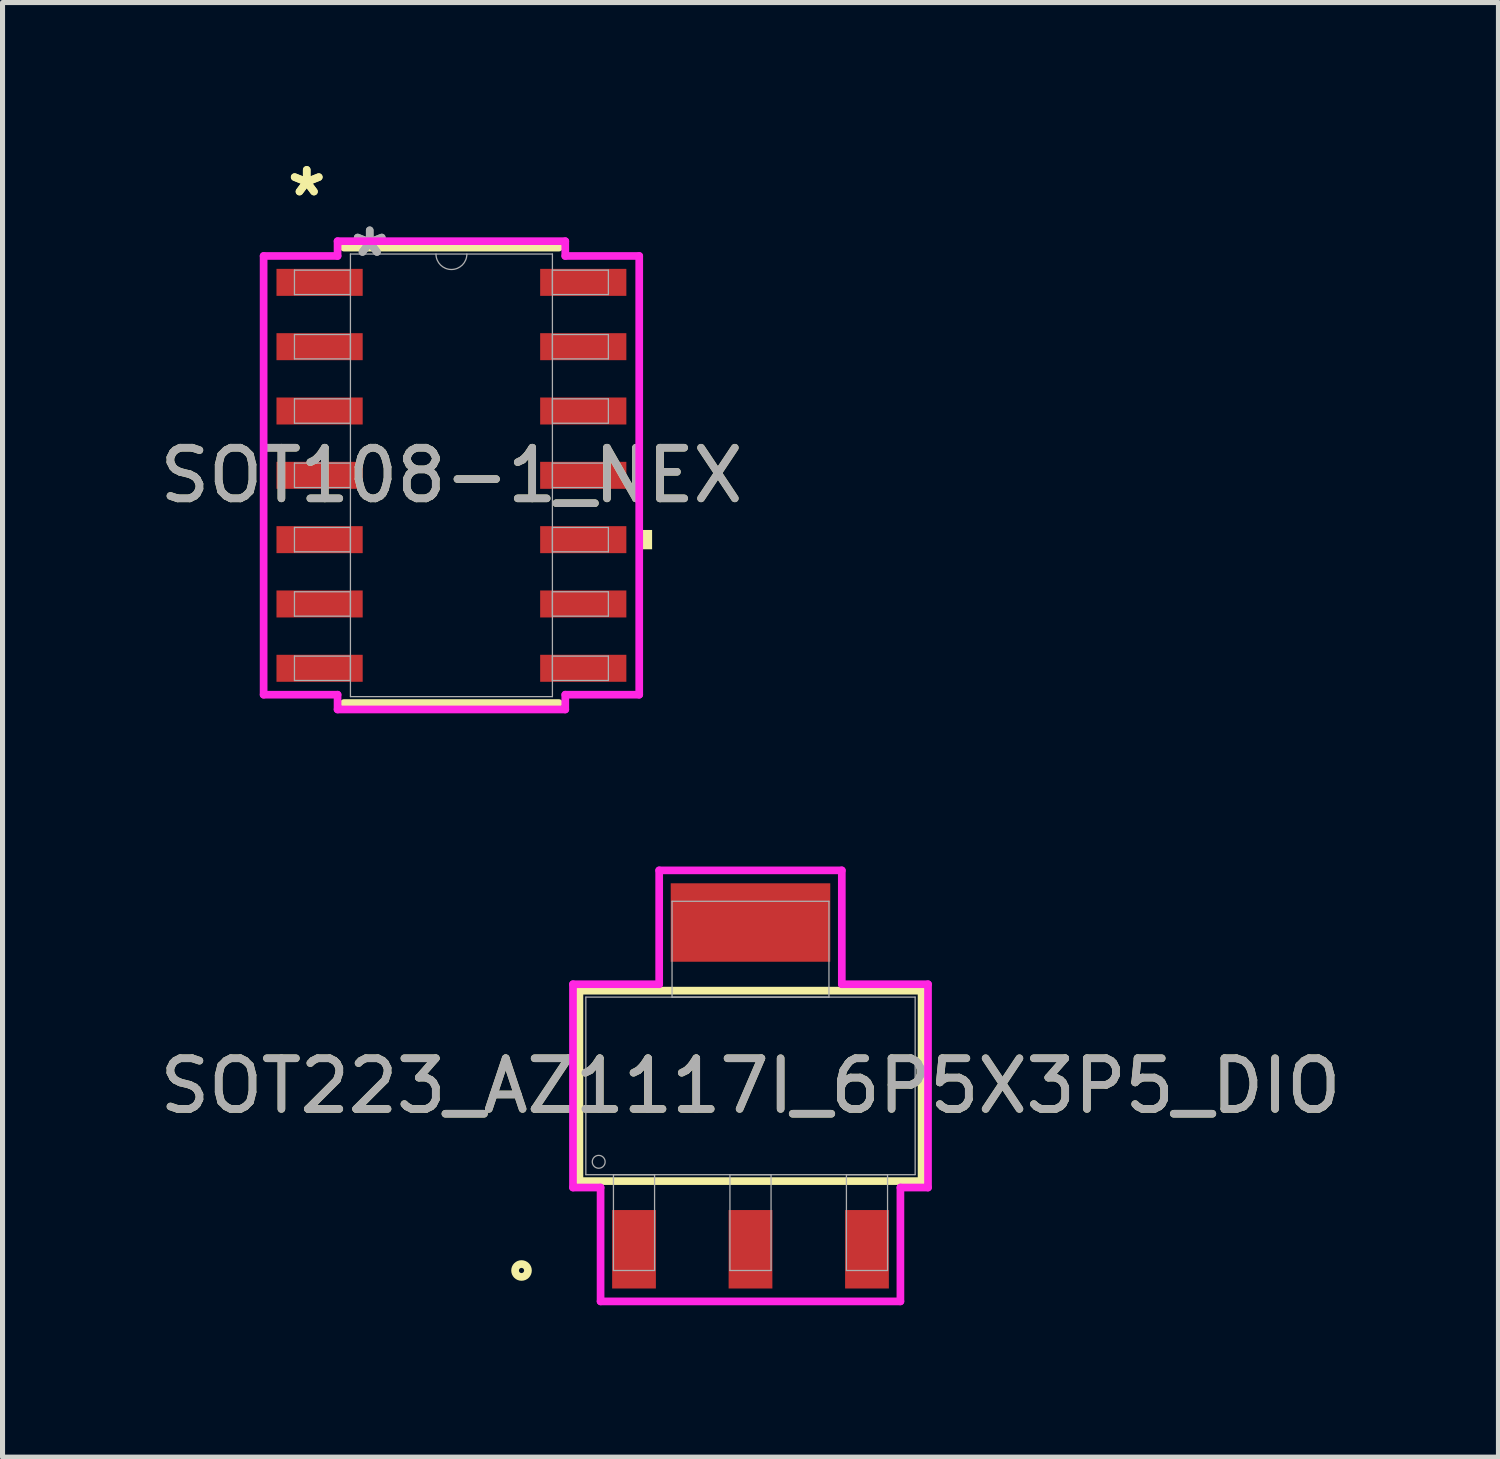
<source format=kicad_pcb>
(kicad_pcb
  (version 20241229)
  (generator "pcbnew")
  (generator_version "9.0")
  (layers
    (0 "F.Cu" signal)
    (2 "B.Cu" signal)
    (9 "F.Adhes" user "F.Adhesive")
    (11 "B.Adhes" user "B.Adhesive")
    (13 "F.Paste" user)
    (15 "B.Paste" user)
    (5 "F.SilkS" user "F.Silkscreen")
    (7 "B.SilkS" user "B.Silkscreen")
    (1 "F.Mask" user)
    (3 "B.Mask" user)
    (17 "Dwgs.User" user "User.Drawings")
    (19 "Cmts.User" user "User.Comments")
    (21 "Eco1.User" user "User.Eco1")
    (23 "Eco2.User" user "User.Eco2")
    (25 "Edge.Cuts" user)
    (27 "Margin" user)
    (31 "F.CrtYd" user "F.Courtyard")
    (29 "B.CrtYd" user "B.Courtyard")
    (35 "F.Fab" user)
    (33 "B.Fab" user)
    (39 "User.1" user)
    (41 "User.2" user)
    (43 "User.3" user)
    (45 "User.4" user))
  (footprint "SOT223_AZ1117I_6P5X3P5_DIO"
    (layer "F.Cu")
    (at 11.768 18.39)
    (property "Reference" "SOT223_AZ1117I_6P5X3P5_DIO" (at 0 0 0) (unlocked yes) (layer "F.SilkS") (effects (font (size 1 1) (thickness 0.15))))
    (attr smd)
    (fp_poly (pts (xy 1.575 -4) (xy -1.575 -4) (xy -1.575 -2.451) (xy 1.575 -2.451)) (stroke (width 0) (type solid)) (fill yes) (layer "F.Cu"))
    (fp_poly (pts (xy 1.6 -4.356) (xy -1.6 -4.356) (xy -1.6 -2.095) (xy 1.6 -2.095)) (stroke (width 0) (type solid)) (fill yes) (layer "F.Mask"))
    (fp_line (start -3.378 -1.88) (end -3.378 1.88) (stroke (width 0.152) (type solid)) (layer "F.SilkS"))
    (fp_line (start -3.378 1.88) (end 3.378 1.88) (stroke (width 0.152) (type solid)) (layer "F.SilkS"))
    (fp_line (start 3.378 -1.88) (end -3.378 -1.88) (stroke (width 0.152) (type solid)) (layer "F.SilkS"))
    (fp_line (start 3.378 1.88) (end 3.378 -1.88) (stroke (width 0.152) (type solid)) (layer "F.SilkS"))
    (fp_circle (center -4.521 3.645) (end -4.394 3.645) (stroke (width 0.152) (type solid)) (fill no) (layer "F.SilkS"))
    (fp_poly (pts (xy 1.575 -4) (xy -1.575 -4) (xy -1.575 -2.451) (xy 1.575 -2.451)) (stroke (width 0) (type solid)) (fill yes) (layer "F.Paste"))
    (fp_line (start -3.505 -2.007) (end -1.803 -2.007) (stroke (width 0.152) (type solid)) (layer "F.CrtYd"))
    (fp_line (start -3.505 2.007) (end -3.505 -2.007) (stroke (width 0.152) (type solid)) (layer "F.CrtYd"))
    (fp_line (start -2.96 2.007) (end -3.505 2.007) (stroke (width 0.152) (type solid)) (layer "F.CrtYd"))
    (fp_line (start -2.96 4.255) (end -2.96 2.007) (stroke (width 0.152) (type solid)) (layer "F.CrtYd"))
    (fp_line (start -1.803 -4.255) (end 1.803 -4.255) (stroke (width 0.152) (type solid)) (layer "F.CrtYd"))
    (fp_line (start -1.803 -2.007) (end -1.803 -4.255) (stroke (width 0.152) (type solid)) (layer "F.CrtYd"))
    (fp_line (start 1.803 -4.255) (end 1.803 -2.007) (stroke (width 0.152) (type solid)) (layer "F.CrtYd"))
    (fp_line (start 1.803 -2.007) (end 3.505 -2.007) (stroke (width 0.152) (type solid)) (layer "F.CrtYd"))
    (fp_line (start 2.96 2.007) (end 2.96 4.255) (stroke (width 0.152) (type solid)) (layer "F.CrtYd"))
    (fp_line (start 2.96 4.255) (end -2.96 4.255) (stroke (width 0.152) (type solid)) (layer "F.CrtYd"))
    (fp_line (start 3.505 -2.007) (end 3.505 2.007) (stroke (width 0.152) (type solid)) (layer "F.CrtYd"))
    (fp_line (start 3.505 2.007) (end 2.96 2.007) (stroke (width 0.152) (type solid)) (layer "F.CrtYd"))
    (fp_line (start -3.251 -1.753) (end -3.251 1.753) (stroke (width 0.025) (type solid)) (layer "F.Fab"))
    (fp_line (start -3.251 1.753) (end 3.251 1.753) (stroke (width 0.025) (type solid)) (layer "F.Fab"))
    (fp_line (start -2.706 1.753) (end -2.706 3.645) (stroke (width 0.025) (type solid)) (layer "F.Fab"))
    (fp_line (start -2.706 3.645) (end -1.894 3.645) (stroke (width 0.025) (type solid)) (layer "F.Fab"))
    (fp_line (start -1.894 1.753) (end -2.706 1.753) (stroke (width 0.025) (type solid)) (layer "F.Fab"))
    (fp_line (start -1.894 3.645) (end -1.894 1.753) (stroke (width 0.025) (type solid)) (layer "F.Fab"))
    (fp_line (start -1.549 -3.645) (end -1.549 -1.753) (stroke (width 0.025) (type solid)) (layer "F.Fab"))
    (fp_line (start -1.549 -1.753) (end 1.549 -1.753) (stroke (width 0.025) (type solid)) (layer "F.Fab"))
    (fp_line (start -0.406 1.753) (end -0.406 3.645) (stroke (width 0.025) (type solid)) (layer "F.Fab"))
    (fp_line (start -0.406 3.645) (end 0.406 3.645) (stroke (width 0.025) (type solid)) (layer "F.Fab"))
    (fp_line (start 0.406 1.753) (end -0.406 1.753) (stroke (width 0.025) (type solid)) (layer "F.Fab"))
    (fp_line (start 0.406 3.645) (end 0.406 1.753) (stroke (width 0.025) (type solid)) (layer "F.Fab"))
    (fp_line (start 1.549 -3.645) (end -1.549 -3.645) (stroke (width 0.025) (type solid)) (layer "F.Fab"))
    (fp_line (start 1.549 -1.753) (end 1.549 -3.645) (stroke (width 0.025) (type solid)) (layer "F.Fab"))
    (fp_line (start 1.894 1.753) (end 1.894 3.645) (stroke (width 0.025) (type solid)) (layer "F.Fab"))
    (fp_line (start 1.894 3.645) (end 2.706 3.645) (stroke (width 0.025) (type solid)) (layer "F.Fab"))
    (fp_line (start 2.706 1.753) (end 1.894 1.753) (stroke (width 0.025) (type solid)) (layer "F.Fab"))
    (fp_line (start 2.706 3.645) (end 2.706 1.753) (stroke (width 0.025) (type solid)) (layer "F.Fab"))
    (fp_line (start 3.251 -1.753) (end -3.251 -1.753) (stroke (width 0.025) (type solid)) (layer "F.Fab"))
    (fp_line (start 3.251 1.753) (end 3.251 -1.753) (stroke (width 0.025) (type solid)) (layer "F.Fab"))
    (fp_circle (center -2.997 1.499) (end -2.87 1.499) (stroke (width 0.025) (type solid)) (fill no) (layer "F.Fab"))
    (fp_text user "${REFERENCE}" (at 0 0 0) (unlocked yes) (layer "F.Fab") (effects (font (size 1 1) (thickness 0.15))))
    (pad "1" smd rect (at -2.3 3.226) (size 0.864 1.549) (layers "F.Cu" "F.Mask" "F.Paste"))
    (pad "2" smd rect (at 0 3.226) (size 0.864 1.549) (layers "F.Cu" "F.Mask" "F.Paste"))
    (pad "3" smd rect (at 2.3 3.226) (size 0.864 1.549) (layers "F.Cu" "F.Mask" "F.Paste")))
  (footprint "SOT108-1_NEX"
    (layer "F.Cu")
    (at 5.863 6.335)
    (property "Reference" "SOT108-1_NEX" (at 0 0 0) (unlocked yes) (layer "F.SilkS") (effects (font (size 1 1) (thickness 0.15))))
    (attr smd)
    (fp_line (start -2.121 4.496) (end 2.121 4.496) (stroke (width 0.152) (type solid)) (layer "F.SilkS"))
    (fp_line (start 2.121 -4.496) (end -2.121 -4.496) (stroke (width 0.152) (type solid)) (layer "F.SilkS"))
    (fp_poly (pts (xy 3.962 1.079) (xy 3.962 1.46) (xy 3.708 1.46) (xy 3.708 1.079)) (stroke (width 0) (type solid)) (fill yes) (layer "F.SilkS"))
    (fp_line (start -3.708 -4.331) (end -2.248 -4.331) (stroke (width 0.152) (type solid)) (layer "F.CrtYd"))
    (fp_line (start -3.708 4.331) (end -3.708 -4.331) (stroke (width 0.152) (type solid)) (layer "F.CrtYd"))
    (fp_line (start -3.708 4.331) (end -2.248 4.331) (stroke (width 0.152) (type solid)) (layer "F.CrtYd"))
    (fp_line (start -2.248 -4.623) (end 2.248 -4.623) (stroke (width 0.152) (type solid)) (layer "F.CrtYd"))
    (fp_line (start -2.248 -4.331) (end -2.248 -4.623) (stroke (width 0.152) (type solid)) (layer "F.CrtYd"))
    (fp_line (start -2.248 4.623) (end -2.248 4.331) (stroke (width 0.152) (type solid)) (layer "F.CrtYd"))
    (fp_line (start 2.248 -4.623) (end 2.248 -4.331) (stroke (width 0.152) (type solid)) (layer "F.CrtYd"))
    (fp_line (start 2.248 4.331) (end 2.248 4.623) (stroke (width 0.152) (type solid)) (layer "F.CrtYd"))
    (fp_line (start 2.248 4.623) (end -2.248 4.623) (stroke (width 0.152) (type solid)) (layer "F.CrtYd"))
    (fp_line (start 3.708 -4.331) (end 2.248 -4.331) (stroke (width 0.152) (type solid)) (layer "F.CrtYd"))
    (fp_line (start 3.708 -4.331) (end 3.708 4.331) (stroke (width 0.152) (type solid)) (layer "F.CrtYd"))
    (fp_line (start 3.708 4.331) (end 2.248 4.331) (stroke (width 0.152) (type solid)) (layer "F.CrtYd"))
    (fp_line (start -3.099 -4.051) (end -3.099 -3.569) (stroke (width 0.025) (type solid)) (layer "F.Fab"))
    (fp_line (start -3.099 -3.569) (end -1.994 -3.569) (stroke (width 0.025) (type solid)) (layer "F.Fab"))
    (fp_line (start -3.099 -2.781) (end -3.099 -2.299) (stroke (width 0.025) (type solid)) (layer "F.Fab"))
    (fp_line (start -3.099 -2.299) (end -1.994 -2.299) (stroke (width 0.025) (type solid)) (layer "F.Fab"))
    (fp_line (start -3.099 -1.511) (end -3.099 -1.029) (stroke (width 0.025) (type solid)) (layer "F.Fab"))
    (fp_line (start -3.099 -1.029) (end -1.994 -1.029) (stroke (width 0.025) (type solid)) (layer "F.Fab"))
    (fp_line (start -3.099 -0.241) (end -3.099 0.241) (stroke (width 0.025) (type solid)) (layer "F.Fab"))
    (fp_line (start -3.099 0.241) (end -1.994 0.241) (stroke (width 0.025) (type solid)) (layer "F.Fab"))
    (fp_line (start -3.099 1.029) (end -3.099 1.511) (stroke (width 0.025) (type solid)) (layer "F.Fab"))
    (fp_line (start -3.099 1.511) (end -1.994 1.511) (stroke (width 0.025) (type solid)) (layer "F.Fab"))
    (fp_line (start -3.099 2.299) (end -3.099 2.781) (stroke (width 0.025) (type solid)) (layer "F.Fab"))
    (fp_line (start -3.099 2.781) (end -1.994 2.781) (stroke (width 0.025) (type solid)) (layer "F.Fab"))
    (fp_line (start -3.099 3.569) (end -3.099 4.051) (stroke (width 0.025) (type solid)) (layer "F.Fab"))
    (fp_line (start -3.099 4.051) (end -1.994 4.051) (stroke (width 0.025) (type solid)) (layer "F.Fab"))
    (fp_line (start -1.994 -4.369) (end -1.994 4.369) (stroke (width 0.025) (type solid)) (layer "F.Fab"))
    (fp_line (start -1.994 -4.051) (end -3.099 -4.051) (stroke (width 0.025) (type solid)) (layer "F.Fab"))
    (fp_line (start -1.994 -3.569) (end -1.994 -4.051) (stroke (width 0.025) (type solid)) (layer "F.Fab"))
    (fp_line (start -1.994 -2.781) (end -3.099 -2.781) (stroke (width 0.025) (type solid)) (layer "F.Fab"))
    (fp_line (start -1.994 -2.299) (end -1.994 -2.781) (stroke (width 0.025) (type solid)) (layer "F.Fab"))
    (fp_line (start -1.994 -1.511) (end -3.099 -1.511) (stroke (width 0.025) (type solid)) (layer "F.Fab"))
    (fp_line (start -1.994 -1.029) (end -1.994 -1.511) (stroke (width 0.025) (type solid)) (layer "F.Fab"))
    (fp_line (start -1.994 -0.241) (end -3.099 -0.241) (stroke (width 0.025) (type solid)) (layer "F.Fab"))
    (fp_line (start -1.994 0.241) (end -1.994 -0.241) (stroke (width 0.025) (type solid)) (layer "F.Fab"))
    (fp_line (start -1.994 1.029) (end -3.099 1.029) (stroke (width 0.025) (type solid)) (layer "F.Fab"))
    (fp_line (start -1.994 1.511) (end -1.994 1.029) (stroke (width 0.025) (type solid)) (layer "F.Fab"))
    (fp_line (start -1.994 2.299) (end -3.099 2.299) (stroke (width 0.025) (type solid)) (layer "F.Fab"))
    (fp_line (start -1.994 2.781) (end -1.994 2.299) (stroke (width 0.025) (type solid)) (layer "F.Fab"))
    (fp_line (start -1.994 3.569) (end -3.099 3.569) (stroke (width 0.025) (type solid)) (layer "F.Fab"))
    (fp_line (start -1.994 4.051) (end -1.994 3.569) (stroke (width 0.025) (type solid)) (layer "F.Fab"))
    (fp_line (start -1.994 4.369) (end 1.994 4.369) (stroke (width 0.025) (type solid)) (layer "F.Fab"))
    (fp_line (start 1.994 -4.369) (end -1.994 -4.369) (stroke (width 0.025) (type solid)) (layer "F.Fab"))
    (fp_line (start 1.994 -4.051) (end 1.994 -3.569) (stroke (width 0.025) (type solid)) (layer "F.Fab"))
    (fp_line (start 1.994 -3.569) (end 3.099 -3.569) (stroke (width 0.025) (type solid)) (layer "F.Fab"))
    (fp_line (start 1.994 -2.781) (end 1.994 -2.299) (stroke (width 0.025) (type solid)) (layer "F.Fab"))
    (fp_line (start 1.994 -2.299) (end 3.099 -2.299) (stroke (width 0.025) (type solid)) (layer "F.Fab"))
    (fp_line (start 1.994 -1.511) (end 1.994 -1.029) (stroke (width 0.025) (type solid)) (layer "F.Fab"))
    (fp_line (start 1.994 -1.029) (end 3.099 -1.029) (stroke (width 0.025) (type solid)) (layer "F.Fab"))
    (fp_line (start 1.994 -0.241) (end 1.994 0.241) (stroke (width 0.025) (type solid)) (layer "F.Fab"))
    (fp_line (start 1.994 0.241) (end 3.099 0.241) (stroke (width 0.025) (type solid)) (layer "F.Fab"))
    (fp_line (start 1.994 1.029) (end 1.994 1.511) (stroke (width 0.025) (type solid)) (layer "F.Fab"))
    (fp_line (start 1.994 1.511) (end 3.099 1.511) (stroke (width 0.025) (type solid)) (layer "F.Fab"))
    (fp_line (start 1.994 2.299) (end 1.994 2.781) (stroke (width 0.025) (type solid)) (layer "F.Fab"))
    (fp_line (start 1.994 2.781) (end 3.099 2.781) (stroke (width 0.025) (type solid)) (layer "F.Fab"))
    (fp_line (start 1.994 3.569) (end 1.994 4.051) (stroke (width 0.025) (type solid)) (layer "F.Fab"))
    (fp_line (start 1.994 4.051) (end 3.099 4.051) (stroke (width 0.025) (type solid)) (layer "F.Fab"))
    (fp_line (start 1.994 4.369) (end 1.994 -4.369) (stroke (width 0.025) (type solid)) (layer "F.Fab"))
    (fp_line (start 3.099 -4.051) (end 1.994 -4.051) (stroke (width 0.025) (type solid)) (layer "F.Fab"))
    (fp_line (start 3.099 -3.569) (end 3.099 -4.051) (stroke (width 0.025) (type solid)) (layer "F.Fab"))
    (fp_line (start 3.099 -2.781) (end 1.994 -2.781) (stroke (width 0.025) (type solid)) (layer "F.Fab"))
    (fp_line (start 3.099 -2.299) (end 3.099 -2.781) (stroke (width 0.025) (type solid)) (layer "F.Fab"))
    (fp_line (start 3.099 -1.511) (end 1.994 -1.511) (stroke (width 0.025) (type solid)) (layer "F.Fab"))
    (fp_line (start 3.099 -1.029) (end 3.099 -1.511) (stroke (width 0.025) (type solid)) (layer "F.Fab"))
    (fp_line (start 3.099 -0.241) (end 1.994 -0.241) (stroke (width 0.025) (type solid)) (layer "F.Fab"))
    (fp_line (start 3.099 0.241) (end 3.099 -0.241) (stroke (width 0.025) (type solid)) (layer "F.Fab"))
    (fp_line (start 3.099 1.029) (end 1.994 1.029) (stroke (width 0.025) (type solid)) (layer "F.Fab"))
    (fp_line (start 3.099 1.511) (end 3.099 1.029) (stroke (width 0.025) (type solid)) (layer "F.Fab"))
    (fp_line (start 3.099 2.299) (end 1.994 2.299) (stroke (width 0.025) (type solid)) (layer "F.Fab"))
    (fp_line (start 3.099 2.781) (end 3.099 2.299) (stroke (width 0.025) (type solid)) (layer "F.Fab"))
    (fp_line (start 3.099 3.569) (end 1.994 3.569) (stroke (width 0.025) (type solid)) (layer "F.Fab"))
    (fp_line (start 3.099 4.051) (end 3.099 3.569) (stroke (width 0.025) (type solid)) (layer "F.Fab"))
    (fp_arc (start 0.3048 -4.3688) (mid 0 -4.064) (end -0.3048 -4.3688) (stroke (width 0.0254) (type solid)) (layer "F.Fab"))
    (fp_text user "*" (at -2.857 -5.486 0) (layer "F.SilkS") (effects (font (size 1 1) (thickness 0.15))))
    (fp_text user "*" (at -2.857 -5.486 0) (unlocked yes) (layer "F.SilkS") (effects (font (size 1 1) (thickness 0.15))))
    (fp_text user "*" (at -1.613 -4.293 0) (unlocked yes) (layer "F.Fab") (effects (font (size 1 1) (thickness 0.15))))
    (fp_text user "*" (at -1.613 -4.293 0) (layer "F.Fab") (effects (font (size 1 1) (thickness 0.15))))
    (fp_text user "${REFERENCE}" (at 0 0 0) (unlocked yes) (layer "F.Fab") (effects (font (size 1 1) (thickness 0.15))))
    (pad "1" smd rect (at -2.603 -3.81) (size 1.702 0.533) (layers "F.Cu" "F.Mask" "F.Paste"))
    (pad "2" smd rect (at -2.603 -2.54) (size 1.702 0.533) (layers "F.Cu" "F.Mask" "F.Paste"))
    (pad "3" smd rect (at -2.603 -1.27) (size 1.702 0.533) (layers "F.Cu" "F.Mask" "F.Paste"))
    (pad "4" smd rect (at -2.603 0) (size 1.702 0.533) (layers "F.Cu" "F.Mask" "F.Paste"))
    (pad "5" smd rect (at -2.603 1.27) (size 1.702 0.533) (layers "F.Cu" "F.Mask" "F.Paste"))
    (pad "6" smd rect (at -2.603 2.54) (size 1.702 0.533) (layers "F.Cu" "F.Mask" "F.Paste"))
    (pad "7" smd rect (at -2.603 3.81) (size 1.702 0.533) (layers "F.Cu" "F.Mask" "F.Paste"))
    (pad "8" smd rect (at 2.603 3.81) (size 1.702 0.533) (layers "F.Cu" "F.Mask" "F.Paste"))
    (pad "9" smd rect (at 2.603 2.54) (size 1.702 0.533) (layers "F.Cu" "F.Mask" "F.Paste"))
    (pad "10" smd rect (at 2.603 1.27) (size 1.702 0.533) (layers "F.Cu" "F.Mask" "F.Paste"))
    (pad "11" smd rect (at 2.603 0) (size 1.702 0.533) (layers "F.Cu" "F.Mask" "F.Paste"))
    (pad "12" smd rect (at 2.603 -1.27) (size 1.702 0.533) (layers "F.Cu" "F.Mask" "F.Paste"))
    (pad "13" smd rect (at 2.603 -2.54) (size 1.702 0.533) (layers "F.Cu" "F.Mask" "F.Paste"))
    (pad "14" smd rect (at 2.603 -3.81) (size 1.702 0.533) (layers "F.Cu" "F.Mask" "F.Paste")))
  (gr_rect
    (start -3 -3)
    (end 26.536 25.72)
    (stroke (width 0.1) (type default))
    (fill no)
    (layer "Edge.Cuts")))
</source>
